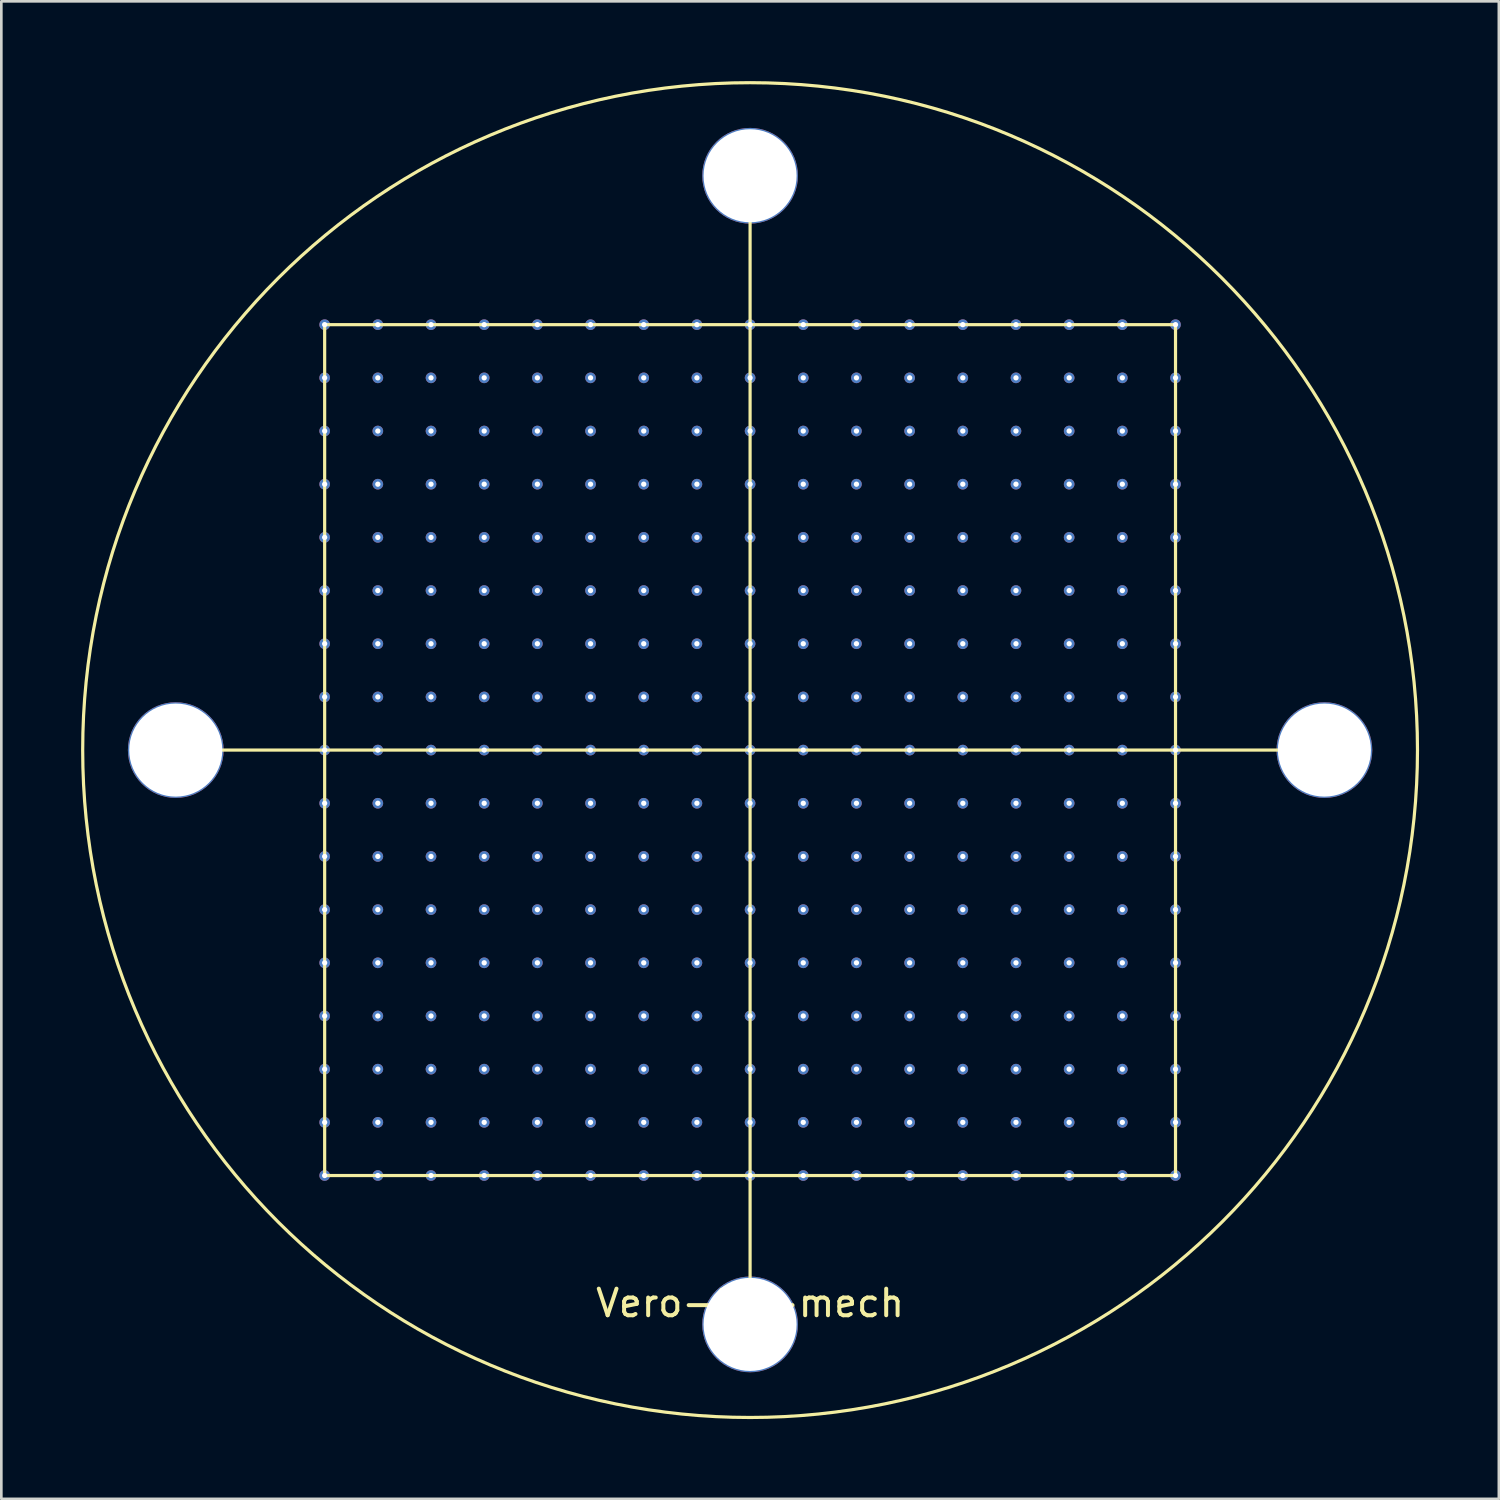
<source format=kicad_pcb>
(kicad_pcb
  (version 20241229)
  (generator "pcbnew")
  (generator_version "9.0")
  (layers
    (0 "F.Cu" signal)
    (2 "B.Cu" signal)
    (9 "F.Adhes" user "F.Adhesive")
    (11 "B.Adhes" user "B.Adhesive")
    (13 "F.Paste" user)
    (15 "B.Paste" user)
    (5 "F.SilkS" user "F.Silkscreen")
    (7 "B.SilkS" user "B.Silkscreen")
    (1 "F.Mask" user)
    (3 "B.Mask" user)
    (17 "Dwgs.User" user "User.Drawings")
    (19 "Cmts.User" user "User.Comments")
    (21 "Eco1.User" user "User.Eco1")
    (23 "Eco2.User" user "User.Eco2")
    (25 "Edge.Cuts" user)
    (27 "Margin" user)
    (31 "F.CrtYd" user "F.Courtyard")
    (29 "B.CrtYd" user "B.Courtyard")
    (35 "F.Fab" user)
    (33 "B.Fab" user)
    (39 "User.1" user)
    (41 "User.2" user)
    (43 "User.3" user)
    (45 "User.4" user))
  (footprint "Vero-29-mech"
    (layer "F.Cu")
    (at 25.16 25.16)
    (property "Reference" "Vero-29-mech" (at 0 20.8 0) (layer "F.SilkS") (effects (font (size 1 1) (thickness 0.15))))
    (attr through_hole)
    (fp_line (start -21.5 0) (end 21.5 0) (stroke (width 0.12) (type solid)) (layer "F.SilkS"))
    (fp_line (start -16 -16) (end -16 16) (stroke (width 0.12) (type solid)) (layer "F.SilkS"))
    (fp_line (start -16 -16) (end 16 -16) (stroke (width 0.12) (type solid)) (layer "F.SilkS"))
    (fp_line (start -16 16) (end 16 16) (stroke (width 0.12) (type solid)) (layer "F.SilkS"))
    (fp_line (start 0 21.5) (end 0 -21.5) (stroke (width 0.12) (type solid)) (layer "F.SilkS"))
    (fp_line (start 16 16) (end 16 -16) (stroke (width 0.12) (type solid)) (layer "F.SilkS"))
    (fp_circle (center 0 0) (end 25.1 0) (stroke (width 0.12) (type solid)) (fill no) (layer "F.SilkS"))
    (pad "0" thru_hole circle (at -21.6 0) (size 3.6 3.6) (drill 3.5) (layers "*.Cu" "*.Mask"))
    (pad "0" thru_hole circle (at -16 -16) (size 0.4 0.4) (drill 0.2) (layers "*.Cu" "*.Mask"))
    (pad "0" thru_hole circle (at -16 -14) (size 0.4 0.4) (drill 0.2) (layers "*.Cu" "*.Mask"))
    (pad "0" thru_hole circle (at -16 -12) (size 0.4 0.4) (drill 0.2) (layers "*.Cu" "*.Mask"))
    (pad "0" thru_hole circle (at -16 -10) (size 0.4 0.4) (drill 0.2) (layers "*.Cu" "*.Mask"))
    (pad "0" thru_hole circle (at -16 -8) (size 0.4 0.4) (drill 0.2) (layers "*.Cu" "*.Mask"))
    (pad "0" thru_hole circle (at -16 -6) (size 0.4 0.4) (drill 0.2) (layers "*.Cu" "*.Mask"))
    (pad "0" thru_hole circle (at -16 -4) (size 0.4 0.4) (drill 0.2) (layers "*.Cu" "*.Mask"))
    (pad "0" thru_hole circle (at -16 -2) (size 0.4 0.4) (drill 0.2) (layers "*.Cu" "*.Mask"))
    (pad "0" thru_hole circle (at -16 0) (size 0.4 0.4) (drill 0.2) (layers "*.Cu" "*.Mask"))
    (pad "0" thru_hole circle (at -16 2) (size 0.4 0.4) (drill 0.2) (layers "*.Cu" "*.Mask"))
    (pad "0" thru_hole circle (at -16 4) (size 0.4 0.4) (drill 0.2) (layers "*.Cu" "*.Mask"))
    (pad "0" thru_hole circle (at -16 6) (size 0.4 0.4) (drill 0.2) (layers "*.Cu" "*.Mask"))
    (pad "0" thru_hole circle (at -16 8) (size 0.4 0.4) (drill 0.2) (layers "*.Cu" "*.Mask"))
    (pad "0" thru_hole circle (at -16 10) (size 0.4 0.4) (drill 0.2) (layers "*.Cu" "*.Mask"))
    (pad "0" thru_hole circle (at -16 12) (size 0.4 0.4) (drill 0.2) (layers "*.Cu" "*.Mask"))
    (pad "0" thru_hole circle (at -16 14) (size 0.4 0.4) (drill 0.2) (layers "*.Cu" "*.Mask"))
    (pad "0" thru_hole circle (at -16 16) (size 0.4 0.4) (drill 0.2) (layers "*.Cu" "*.Mask"))
    (pad "0" thru_hole circle (at -14 -16) (size 0.4 0.4) (drill 0.2) (layers "*.Cu" "*.Mask"))
    (pad "0" thru_hole circle (at -14 -14) (size 0.4 0.4) (drill 0.2) (layers "*.Cu" "*.Mask"))
    (pad "0" thru_hole circle (at -14 -12) (size 0.4 0.4) (drill 0.2) (layers "*.Cu" "*.Mask"))
    (pad "0" thru_hole circle (at -14 -10) (size 0.4 0.4) (drill 0.2) (layers "*.Cu" "*.Mask"))
    (pad "0" thru_hole circle (at -14 -8) (size 0.4 0.4) (drill 0.2) (layers "*.Cu" "*.Mask"))
    (pad "0" thru_hole circle (at -14 -6) (size 0.4 0.4) (drill 0.2) (layers "*.Cu" "*.Mask"))
    (pad "0" thru_hole circle (at -14 -4) (size 0.4 0.4) (drill 0.2) (layers "*.Cu" "*.Mask"))
    (pad "0" thru_hole circle (at -14 -2) (size 0.4 0.4) (drill 0.2) (layers "*.Cu" "*.Mask"))
    (pad "0" thru_hole circle (at -14 0) (size 0.4 0.4) (drill 0.2) (layers "*.Cu" "*.Mask"))
    (pad "0" thru_hole circle (at -14 2) (size 0.4 0.4) (drill 0.2) (layers "*.Cu" "*.Mask"))
    (pad "0" thru_hole circle (at -14 4) (size 0.4 0.4) (drill 0.2) (layers "*.Cu" "*.Mask"))
    (pad "0" thru_hole circle (at -14 6) (size 0.4 0.4) (drill 0.2) (layers "*.Cu" "*.Mask"))
    (pad "0" thru_hole circle (at -14 8) (size 0.4 0.4) (drill 0.2) (layers "*.Cu" "*.Mask"))
    (pad "0" thru_hole circle (at -14 10) (size 0.4 0.4) (drill 0.2) (layers "*.Cu" "*.Mask"))
    (pad "0" thru_hole circle (at -14 12) (size 0.4 0.4) (drill 0.2) (layers "*.Cu" "*.Mask"))
    (pad "0" thru_hole circle (at -14 14) (size 0.4 0.4) (drill 0.2) (layers "*.Cu" "*.Mask"))
    (pad "0" thru_hole circle (at -14 16) (size 0.4 0.4) (drill 0.2) (layers "*.Cu" "*.Mask"))
    (pad "0" thru_hole circle (at -12 -16) (size 0.4 0.4) (drill 0.2) (layers "*.Cu" "*.Mask"))
    (pad "0" thru_hole circle (at -12 -14) (size 0.4 0.4) (drill 0.2) (layers "*.Cu" "*.Mask"))
    (pad "0" thru_hole circle (at -12 -12) (size 0.4 0.4) (drill 0.2) (layers "*.Cu" "*.Mask"))
    (pad "0" thru_hole circle (at -12 -10) (size 0.4 0.4) (drill 0.2) (layers "*.Cu" "*.Mask"))
    (pad "0" thru_hole circle (at -12 -8) (size 0.4 0.4) (drill 0.2) (layers "*.Cu" "*.Mask"))
    (pad "0" thru_hole circle (at -12 -6) (size 0.4 0.4) (drill 0.2) (layers "*.Cu" "*.Mask"))
    (pad "0" thru_hole circle (at -12 -4) (size 0.4 0.4) (drill 0.2) (layers "*.Cu" "*.Mask"))
    (pad "0" thru_hole circle (at -12 -2) (size 0.4 0.4) (drill 0.2) (layers "*.Cu" "*.Mask"))
    (pad "0" thru_hole circle (at -12 0) (size 0.4 0.4) (drill 0.2) (layers "*.Cu" "*.Mask"))
    (pad "0" thru_hole circle (at -12 2) (size 0.4 0.4) (drill 0.2) (layers "*.Cu" "*.Mask"))
    (pad "0" thru_hole circle (at -12 4) (size 0.4 0.4) (drill 0.2) (layers "*.Cu" "*.Mask"))
    (pad "0" thru_hole circle (at -12 6) (size 0.4 0.4) (drill 0.2) (layers "*.Cu" "*.Mask"))
    (pad "0" thru_hole circle (at -12 8) (size 0.4 0.4) (drill 0.2) (layers "*.Cu" "*.Mask"))
    (pad "0" thru_hole circle (at -12 10) (size 0.4 0.4) (drill 0.2) (layers "*.Cu" "*.Mask"))
    (pad "0" thru_hole circle (at -12 12) (size 0.4 0.4) (drill 0.2) (layers "*.Cu" "*.Mask"))
    (pad "0" thru_hole circle (at -12 14) (size 0.4 0.4) (drill 0.2) (layers "*.Cu" "*.Mask"))
    (pad "0" thru_hole circle (at -12 16) (size 0.4 0.4) (drill 0.2) (layers "*.Cu" "*.Mask"))
    (pad "0" thru_hole circle (at -10 -16) (size 0.4 0.4) (drill 0.2) (layers "*.Cu" "*.Mask"))
    (pad "0" thru_hole circle (at -10 -14) (size 0.4 0.4) (drill 0.2) (layers "*.Cu" "*.Mask"))
    (pad "0" thru_hole circle (at -10 -12) (size 0.4 0.4) (drill 0.2) (layers "*.Cu" "*.Mask"))
    (pad "0" thru_hole circle (at -10 -10) (size 0.4 0.4) (drill 0.2) (layers "*.Cu" "*.Mask"))
    (pad "0" thru_hole circle (at -10 -8) (size 0.4 0.4) (drill 0.2) (layers "*.Cu" "*.Mask"))
    (pad "0" thru_hole circle (at -10 -6) (size 0.4 0.4) (drill 0.2) (layers "*.Cu" "*.Mask"))
    (pad "0" thru_hole circle (at -10 -4) (size 0.4 0.4) (drill 0.2) (layers "*.Cu" "*.Mask"))
    (pad "0" thru_hole circle (at -10 -2) (size 0.4 0.4) (drill 0.2) (layers "*.Cu" "*.Mask"))
    (pad "0" thru_hole circle (at -10 0) (size 0.4 0.4) (drill 0.2) (layers "*.Cu" "*.Mask"))
    (pad "0" thru_hole circle (at -10 2) (size 0.4 0.4) (drill 0.2) (layers "*.Cu" "*.Mask"))
    (pad "0" thru_hole circle (at -10 4) (size 0.4 0.4) (drill 0.2) (layers "*.Cu" "*.Mask"))
    (pad "0" thru_hole circle (at -10 6) (size 0.4 0.4) (drill 0.2) (layers "*.Cu" "*.Mask"))
    (pad "0" thru_hole circle (at -10 8) (size 0.4 0.4) (drill 0.2) (layers "*.Cu" "*.Mask"))
    (pad "0" thru_hole circle (at -10 10) (size 0.4 0.4) (drill 0.2) (layers "*.Cu" "*.Mask"))
    (pad "0" thru_hole circle (at -10 12) (size 0.4 0.4) (drill 0.2) (layers "*.Cu" "*.Mask"))
    (pad "0" thru_hole circle (at -10 14) (size 0.4 0.4) (drill 0.2) (layers "*.Cu" "*.Mask"))
    (pad "0" thru_hole circle (at -10 16) (size 0.4 0.4) (drill 0.2) (layers "*.Cu" "*.Mask"))
    (pad "0" thru_hole circle (at -8 -16) (size 0.4 0.4) (drill 0.2) (layers "*.Cu" "*.Mask"))
    (pad "0" thru_hole circle (at -8 -14) (size 0.4 0.4) (drill 0.2) (layers "*.Cu" "*.Mask"))
    (pad "0" thru_hole circle (at -8 -12) (size 0.4 0.4) (drill 0.2) (layers "*.Cu" "*.Mask"))
    (pad "0" thru_hole circle (at -8 -10) (size 0.4 0.4) (drill 0.2) (layers "*.Cu" "*.Mask"))
    (pad "0" thru_hole circle (at -8 -8) (size 0.4 0.4) (drill 0.2) (layers "*.Cu" "*.Mask"))
    (pad "0" thru_hole circle (at -8 -6) (size 0.4 0.4) (drill 0.2) (layers "*.Cu" "*.Mask"))
    (pad "0" thru_hole circle (at -8 -4) (size 0.4 0.4) (drill 0.2) (layers "*.Cu" "*.Mask"))
    (pad "0" thru_hole circle (at -8 -2) (size 0.4 0.4) (drill 0.2) (layers "*.Cu" "*.Mask"))
    (pad "0" thru_hole circle (at -8 0) (size 0.4 0.4) (drill 0.2) (layers "*.Cu" "*.Mask"))
    (pad "0" thru_hole circle (at -8 2) (size 0.4 0.4) (drill 0.2) (layers "*.Cu" "*.Mask"))
    (pad "0" thru_hole circle (at -8 4) (size 0.4 0.4) (drill 0.2) (layers "*.Cu" "*.Mask"))
    (pad "0" thru_hole circle (at -8 6) (size 0.4 0.4) (drill 0.2) (layers "*.Cu" "*.Mask"))
    (pad "0" thru_hole circle (at -8 8) (size 0.4 0.4) (drill 0.2) (layers "*.Cu" "*.Mask"))
    (pad "0" thru_hole circle (at -8 10) (size 0.4 0.4) (drill 0.2) (layers "*.Cu" "*.Mask"))
    (pad "0" thru_hole circle (at -8 12) (size 0.4 0.4) (drill 0.2) (layers "*.Cu" "*.Mask"))
    (pad "0" thru_hole circle (at -8 14) (size 0.4 0.4) (drill 0.2) (layers "*.Cu" "*.Mask"))
    (pad "0" thru_hole circle (at -8 16) (size 0.4 0.4) (drill 0.2) (layers "*.Cu" "*.Mask"))
    (pad "0" thru_hole circle (at -6 -16) (size 0.4 0.4) (drill 0.2) (layers "*.Cu" "*.Mask"))
    (pad "0" thru_hole circle (at -6 -14) (size 0.4 0.4) (drill 0.2) (layers "*.Cu" "*.Mask"))
    (pad "0" thru_hole circle (at -6 -12) (size 0.4 0.4) (drill 0.2) (layers "*.Cu" "*.Mask"))
    (pad "0" thru_hole circle (at -6 -10) (size 0.4 0.4) (drill 0.2) (layers "*.Cu" "*.Mask"))
    (pad "0" thru_hole circle (at -6 -8) (size 0.4 0.4) (drill 0.2) (layers "*.Cu" "*.Mask"))
    (pad "0" thru_hole circle (at -6 -6) (size 0.4 0.4) (drill 0.2) (layers "*.Cu" "*.Mask"))
    (pad "0" thru_hole circle (at -6 -4) (size 0.4 0.4) (drill 0.2) (layers "*.Cu" "*.Mask"))
    (pad "0" thru_hole circle (at -6 -2) (size 0.4 0.4) (drill 0.2) (layers "*.Cu" "*.Mask"))
    (pad "0" thru_hole circle (at -6 0) (size 0.4 0.4) (drill 0.2) (layers "*.Cu" "*.Mask"))
    (pad "0" thru_hole circle (at -6 2) (size 0.4 0.4) (drill 0.2) (layers "*.Cu" "*.Mask"))
    (pad "0" thru_hole circle (at -6 4) (size 0.4 0.4) (drill 0.2) (layers "*.Cu" "*.Mask"))
    (pad "0" thru_hole circle (at -6 6) (size 0.4 0.4) (drill 0.2) (layers "*.Cu" "*.Mask"))
    (pad "0" thru_hole circle (at -6 8) (size 0.4 0.4) (drill 0.2) (layers "*.Cu" "*.Mask"))
    (pad "0" thru_hole circle (at -6 10) (size 0.4 0.4) (drill 0.2) (layers "*.Cu" "*.Mask"))
    (pad "0" thru_hole circle (at -6 12) (size 0.4 0.4) (drill 0.2) (layers "*.Cu" "*.Mask"))
    (pad "0" thru_hole circle (at -6 14) (size 0.4 0.4) (drill 0.2) (layers "*.Cu" "*.Mask"))
    (pad "0" thru_hole circle (at -6 16) (size 0.4 0.4) (drill 0.2) (layers "*.Cu" "*.Mask"))
    (pad "0" thru_hole circle (at -4 -16) (size 0.4 0.4) (drill 0.2) (layers "*.Cu" "*.Mask"))
    (pad "0" thru_hole circle (at -4 -14) (size 0.4 0.4) (drill 0.2) (layers "*.Cu" "*.Mask"))
    (pad "0" thru_hole circle (at -4 -12) (size 0.4 0.4) (drill 0.2) (layers "*.Cu" "*.Mask"))
    (pad "0" thru_hole circle (at -4 -10) (size 0.4 0.4) (drill 0.2) (layers "*.Cu" "*.Mask"))
    (pad "0" thru_hole circle (at -4 -8) (size 0.4 0.4) (drill 0.2) (layers "*.Cu" "*.Mask"))
    (pad "0" thru_hole circle (at -4 -6) (size 0.4 0.4) (drill 0.2) (layers "*.Cu" "*.Mask"))
    (pad "0" thru_hole circle (at -4 -4) (size 0.4 0.4) (drill 0.2) (layers "*.Cu" "*.Mask"))
    (pad "0" thru_hole circle (at -4 -2) (size 0.4 0.4) (drill 0.2) (layers "*.Cu" "*.Mask"))
    (pad "0" thru_hole circle (at -4 0) (size 0.4 0.4) (drill 0.2) (layers "*.Cu" "*.Mask"))
    (pad "0" thru_hole circle (at -4 2) (size 0.4 0.4) (drill 0.2) (layers "*.Cu" "*.Mask"))
    (pad "0" thru_hole circle (at -4 4) (size 0.4 0.4) (drill 0.2) (layers "*.Cu" "*.Mask"))
    (pad "0" thru_hole circle (at -4 6) (size 0.4 0.4) (drill 0.2) (layers "*.Cu" "*.Mask"))
    (pad "0" thru_hole circle (at -4 8) (size 0.4 0.4) (drill 0.2) (layers "*.Cu" "*.Mask"))
    (pad "0" thru_hole circle (at -4 10) (size 0.4 0.4) (drill 0.2) (layers "*.Cu" "*.Mask"))
    (pad "0" thru_hole circle (at -4 12) (size 0.4 0.4) (drill 0.2) (layers "*.Cu" "*.Mask"))
    (pad "0" thru_hole circle (at -4 14) (size 0.4 0.4) (drill 0.2) (layers "*.Cu" "*.Mask"))
    (pad "0" thru_hole circle (at -4 16) (size 0.4 0.4) (drill 0.2) (layers "*.Cu" "*.Mask"))
    (pad "0" thru_hole circle (at -2 -16) (size 0.4 0.4) (drill 0.2) (layers "*.Cu" "*.Mask"))
    (pad "0" thru_hole circle (at -2 -14) (size 0.4 0.4) (drill 0.2) (layers "*.Cu" "*.Mask"))
    (pad "0" thru_hole circle (at -2 -12) (size 0.4 0.4) (drill 0.2) (layers "*.Cu" "*.Mask"))
    (pad "0" thru_hole circle (at -2 -10) (size 0.4 0.4) (drill 0.2) (layers "*.Cu" "*.Mask"))
    (pad "0" thru_hole circle (at -2 -8) (size 0.4 0.4) (drill 0.2) (layers "*.Cu" "*.Mask"))
    (pad "0" thru_hole circle (at -2 -6) (size 0.4 0.4) (drill 0.2) (layers "*.Cu" "*.Mask"))
    (pad "0" thru_hole circle (at -2 -4) (size 0.4 0.4) (drill 0.2) (layers "*.Cu" "*.Mask"))
    (pad "0" thru_hole circle (at -2 -2) (size 0.4 0.4) (drill 0.2) (layers "*.Cu" "*.Mask"))
    (pad "0" thru_hole circle (at -2 0) (size 0.4 0.4) (drill 0.2) (layers "*.Cu" "*.Mask"))
    (pad "0" thru_hole circle (at -2 2) (size 0.4 0.4) (drill 0.2) (layers "*.Cu" "*.Mask"))
    (pad "0" thru_hole circle (at -2 4) (size 0.4 0.4) (drill 0.2) (layers "*.Cu" "*.Mask"))
    (pad "0" thru_hole circle (at -2 6) (size 0.4 0.4) (drill 0.2) (layers "*.Cu" "*.Mask"))
    (pad "0" thru_hole circle (at -2 8) (size 0.4 0.4) (drill 0.2) (layers "*.Cu" "*.Mask"))
    (pad "0" thru_hole circle (at -2 10) (size 0.4 0.4) (drill 0.2) (layers "*.Cu" "*.Mask"))
    (pad "0" thru_hole circle (at -2 12) (size 0.4 0.4) (drill 0.2) (layers "*.Cu" "*.Mask"))
    (pad "0" thru_hole circle (at -2 14) (size 0.4 0.4) (drill 0.2) (layers "*.Cu" "*.Mask"))
    (pad "0" thru_hole circle (at -2 16) (size 0.4 0.4) (drill 0.2) (layers "*.Cu" "*.Mask"))
    (pad "0" thru_hole circle (at 0 -21.6) (size 3.6 3.6) (drill 3.5) (layers "*.Cu" "*.Mask"))
    (pad "0" thru_hole circle (at 0 -16) (size 0.4 0.4) (drill 0.2) (layers "*.Cu" "*.Mask"))
    (pad "0" thru_hole circle (at 0 -14) (size 0.4 0.4) (drill 0.2) (layers "*.Cu" "*.Mask"))
    (pad "0" thru_hole circle (at 0 -12) (size 0.4 0.4) (drill 0.2) (layers "*.Cu" "*.Mask"))
    (pad "0" thru_hole circle (at 0 -10) (size 0.4 0.4) (drill 0.2) (layers "*.Cu" "*.Mask"))
    (pad "0" thru_hole circle (at 0 -8) (size 0.4 0.4) (drill 0.2) (layers "*.Cu" "*.Mask"))
    (pad "0" thru_hole circle (at 0 -6) (size 0.4 0.4) (drill 0.2) (layers "*.Cu" "*.Mask"))
    (pad "0" thru_hole circle (at 0 -4) (size 0.4 0.4) (drill 0.2) (layers "*.Cu" "*.Mask"))
    (pad "0" thru_hole circle (at 0 -2) (size 0.4 0.4) (drill 0.2) (layers "*.Cu" "*.Mask"))
    (pad "0" thru_hole circle (at 0 0) (size 0.4 0.4) (drill 0.2) (layers "*.Cu" "*.Mask"))
    (pad "0" thru_hole circle (at 0 2) (size 0.4 0.4) (drill 0.2) (layers "*.Cu" "*.Mask"))
    (pad "0" thru_hole circle (at 0 4) (size 0.4 0.4) (drill 0.2) (layers "*.Cu" "*.Mask"))
    (pad "0" thru_hole circle (at 0 6) (size 0.4 0.4) (drill 0.2) (layers "*.Cu" "*.Mask"))
    (pad "0" thru_hole circle (at 0 8) (size 0.4 0.4) (drill 0.2) (layers "*.Cu" "*.Mask"))
    (pad "0" thru_hole circle (at 0 10) (size 0.4 0.4) (drill 0.2) (layers "*.Cu" "*.Mask"))
    (pad "0" thru_hole circle (at 0 12) (size 0.4 0.4) (drill 0.2) (layers "*.Cu" "*.Mask"))
    (pad "0" thru_hole circle (at 0 14) (size 0.4 0.4) (drill 0.2) (layers "*.Cu" "*.Mask"))
    (pad "0" thru_hole circle (at 0 16) (size 0.4 0.4) (drill 0.2) (layers "*.Cu" "*.Mask"))
    (pad "0" thru_hole circle (at 0 21.6) (size 3.6 3.6) (drill 3.5) (layers "*.Cu" "*.Mask"))
    (pad "0" thru_hole circle (at 2 -16) (size 0.4 0.4) (drill 0.2) (layers "*.Cu" "*.Mask"))
    (pad "0" thru_hole circle (at 2 -14) (size 0.4 0.4) (drill 0.2) (layers "*.Cu" "*.Mask"))
    (pad "0" thru_hole circle (at 2 -12) (size 0.4 0.4) (drill 0.2) (layers "*.Cu" "*.Mask"))
    (pad "0" thru_hole circle (at 2 -10) (size 0.4 0.4) (drill 0.2) (layers "*.Cu" "*.Mask"))
    (pad "0" thru_hole circle (at 2 -8) (size 0.4 0.4) (drill 0.2) (layers "*.Cu" "*.Mask"))
    (pad "0" thru_hole circle (at 2 -6) (size 0.4 0.4) (drill 0.2) (layers "*.Cu" "*.Mask"))
    (pad "0" thru_hole circle (at 2 -4) (size 0.4 0.4) (drill 0.2) (layers "*.Cu" "*.Mask"))
    (pad "0" thru_hole circle (at 2 -2) (size 0.4 0.4) (drill 0.2) (layers "*.Cu" "*.Mask"))
    (pad "0" thru_hole circle (at 2 0) (size 0.4 0.4) (drill 0.2) (layers "*.Cu" "*.Mask"))
    (pad "0" thru_hole circle (at 2 2) (size 0.4 0.4) (drill 0.2) (layers "*.Cu" "*.Mask"))
    (pad "0" thru_hole circle (at 2 4) (size 0.4 0.4) (drill 0.2) (layers "*.Cu" "*.Mask"))
    (pad "0" thru_hole circle (at 2 6) (size 0.4 0.4) (drill 0.2) (layers "*.Cu" "*.Mask"))
    (pad "0" thru_hole circle (at 2 8) (size 0.4 0.4) (drill 0.2) (layers "*.Cu" "*.Mask"))
    (pad "0" thru_hole circle (at 2 10) (size 0.4 0.4) (drill 0.2) (layers "*.Cu" "*.Mask"))
    (pad "0" thru_hole circle (at 2 12) (size 0.4 0.4) (drill 0.2) (layers "*.Cu" "*.Mask"))
    (pad "0" thru_hole circle (at 2 14) (size 0.4 0.4) (drill 0.2) (layers "*.Cu" "*.Mask"))
    (pad "0" thru_hole circle (at 2 16) (size 0.4 0.4) (drill 0.2) (layers "*.Cu" "*.Mask"))
    (pad "0" thru_hole circle (at 4 -16) (size 0.4 0.4) (drill 0.2) (layers "*.Cu" "*.Mask"))
    (pad "0" thru_hole circle (at 4 -14) (size 0.4 0.4) (drill 0.2) (layers "*.Cu" "*.Mask"))
    (pad "0" thru_hole circle (at 4 -12) (size 0.4 0.4) (drill 0.2) (layers "*.Cu" "*.Mask"))
    (pad "0" thru_hole circle (at 4 -10) (size 0.4 0.4) (drill 0.2) (layers "*.Cu" "*.Mask"))
    (pad "0" thru_hole circle (at 4 -8) (size 0.4 0.4) (drill 0.2) (layers "*.Cu" "*.Mask"))
    (pad "0" thru_hole circle (at 4 -6) (size 0.4 0.4) (drill 0.2) (layers "*.Cu" "*.Mask"))
    (pad "0" thru_hole circle (at 4 -4) (size 0.4 0.4) (drill 0.2) (layers "*.Cu" "*.Mask"))
    (pad "0" thru_hole circle (at 4 -2) (size 0.4 0.4) (drill 0.2) (layers "*.Cu" "*.Mask"))
    (pad "0" thru_hole circle (at 4 0) (size 0.4 0.4) (drill 0.2) (layers "*.Cu" "*.Mask"))
    (pad "0" thru_hole circle (at 4 2) (size 0.4 0.4) (drill 0.2) (layers "*.Cu" "*.Mask"))
    (pad "0" thru_hole circle (at 4 4) (size 0.4 0.4) (drill 0.2) (layers "*.Cu" "*.Mask"))
    (pad "0" thru_hole circle (at 4 6) (size 0.4 0.4) (drill 0.2) (layers "*.Cu" "*.Mask"))
    (pad "0" thru_hole circle (at 4 8) (size 0.4 0.4) (drill 0.2) (layers "*.Cu" "*.Mask"))
    (pad "0" thru_hole circle (at 4 10) (size 0.4 0.4) (drill 0.2) (layers "*.Cu" "*.Mask"))
    (pad "0" thru_hole circle (at 4 12) (size 0.4 0.4) (drill 0.2) (layers "*.Cu" "*.Mask"))
    (pad "0" thru_hole circle (at 4 14) (size 0.4 0.4) (drill 0.2) (layers "*.Cu" "*.Mask"))
    (pad "0" thru_hole circle (at 4 16) (size 0.4 0.4) (drill 0.2) (layers "*.Cu" "*.Mask"))
    (pad "0" thru_hole circle (at 6 -16) (size 0.4 0.4) (drill 0.2) (layers "*.Cu" "*.Mask"))
    (pad "0" thru_hole circle (at 6 -14) (size 0.4 0.4) (drill 0.2) (layers "*.Cu" "*.Mask"))
    (pad "0" thru_hole circle (at 6 -12) (size 0.4 0.4) (drill 0.2) (layers "*.Cu" "*.Mask"))
    (pad "0" thru_hole circle (at 6 -10) (size 0.4 0.4) (drill 0.2) (layers "*.Cu" "*.Mask"))
    (pad "0" thru_hole circle (at 6 -8) (size 0.4 0.4) (drill 0.2) (layers "*.Cu" "*.Mask"))
    (pad "0" thru_hole circle (at 6 -6) (size 0.4 0.4) (drill 0.2) (layers "*.Cu" "*.Mask"))
    (pad "0" thru_hole circle (at 6 -4) (size 0.4 0.4) (drill 0.2) (layers "*.Cu" "*.Mask"))
    (pad "0" thru_hole circle (at 6 -2) (size 0.4 0.4) (drill 0.2) (layers "*.Cu" "*.Mask"))
    (pad "0" thru_hole circle (at 6 0) (size 0.4 0.4) (drill 0.2) (layers "*.Cu" "*.Mask"))
    (pad "0" thru_hole circle (at 6 2) (size 0.4 0.4) (drill 0.2) (layers "*.Cu" "*.Mask"))
    (pad "0" thru_hole circle (at 6 4) (size 0.4 0.4) (drill 0.2) (layers "*.Cu" "*.Mask"))
    (pad "0" thru_hole circle (at 6 6) (size 0.4 0.4) (drill 0.2) (layers "*.Cu" "*.Mask"))
    (pad "0" thru_hole circle (at 6 8) (size 0.4 0.4) (drill 0.2) (layers "*.Cu" "*.Mask"))
    (pad "0" thru_hole circle (at 6 10) (size 0.4 0.4) (drill 0.2) (layers "*.Cu" "*.Mask"))
    (pad "0" thru_hole circle (at 6 12) (size 0.4 0.4) (drill 0.2) (layers "*.Cu" "*.Mask"))
    (pad "0" thru_hole circle (at 6 14) (size 0.4 0.4) (drill 0.2) (layers "*.Cu" "*.Mask"))
    (pad "0" thru_hole circle (at 6 16) (size 0.4 0.4) (drill 0.2) (layers "*.Cu" "*.Mask"))
    (pad "0" thru_hole circle (at 8 -16) (size 0.4 0.4) (drill 0.2) (layers "*.Cu" "*.Mask"))
    (pad "0" thru_hole circle (at 8 -14) (size 0.4 0.4) (drill 0.2) (layers "*.Cu" "*.Mask"))
    (pad "0" thru_hole circle (at 8 -12) (size 0.4 0.4) (drill 0.2) (layers "*.Cu" "*.Mask"))
    (pad "0" thru_hole circle (at 8 -10) (size 0.4 0.4) (drill 0.2) (layers "*.Cu" "*.Mask"))
    (pad "0" thru_hole circle (at 8 -8) (size 0.4 0.4) (drill 0.2) (layers "*.Cu" "*.Mask"))
    (pad "0" thru_hole circle (at 8 -6) (size 0.4 0.4) (drill 0.2) (layers "*.Cu" "*.Mask"))
    (pad "0" thru_hole circle (at 8 -4) (size 0.4 0.4) (drill 0.2) (layers "*.Cu" "*.Mask"))
    (pad "0" thru_hole circle (at 8 -2) (size 0.4 0.4) (drill 0.2) (layers "*.Cu" "*.Mask"))
    (pad "0" thru_hole circle (at 8 0) (size 0.4 0.4) (drill 0.2) (layers "*.Cu" "*.Mask"))
    (pad "0" thru_hole circle (at 8 2) (size 0.4 0.4) (drill 0.2) (layers "*.Cu" "*.Mask"))
    (pad "0" thru_hole circle (at 8 4) (size 0.4 0.4) (drill 0.2) (layers "*.Cu" "*.Mask"))
    (pad "0" thru_hole circle (at 8 6) (size 0.4 0.4) (drill 0.2) (layers "*.Cu" "*.Mask"))
    (pad "0" thru_hole circle (at 8 8) (size 0.4 0.4) (drill 0.2) (layers "*.Cu" "*.Mask"))
    (pad "0" thru_hole circle (at 8 10) (size 0.4 0.4) (drill 0.2) (layers "*.Cu" "*.Mask"))
    (pad "0" thru_hole circle (at 8 12) (size 0.4 0.4) (drill 0.2) (layers "*.Cu" "*.Mask"))
    (pad "0" thru_hole circle (at 8 14) (size 0.4 0.4) (drill 0.2) (layers "*.Cu" "*.Mask"))
    (pad "0" thru_hole circle (at 8 16) (size 0.4 0.4) (drill 0.2) (layers "*.Cu" "*.Mask"))
    (pad "0" thru_hole circle (at 10 -16) (size 0.4 0.4) (drill 0.2) (layers "*.Cu" "*.Mask"))
    (pad "0" thru_hole circle (at 10 -14) (size 0.4 0.4) (drill 0.2) (layers "*.Cu" "*.Mask"))
    (pad "0" thru_hole circle (at 10 -12) (size 0.4 0.4) (drill 0.2) (layers "*.Cu" "*.Mask"))
    (pad "0" thru_hole circle (at 10 -10) (size 0.4 0.4) (drill 0.2) (layers "*.Cu" "*.Mask"))
    (pad "0" thru_hole circle (at 10 -8) (size 0.4 0.4) (drill 0.2) (layers "*.Cu" "*.Mask"))
    (pad "0" thru_hole circle (at 10 -6) (size 0.4 0.4) (drill 0.2) (layers "*.Cu" "*.Mask"))
    (pad "0" thru_hole circle (at 10 -4) (size 0.4 0.4) (drill 0.2) (layers "*.Cu" "*.Mask"))
    (pad "0" thru_hole circle (at 10 -2) (size 0.4 0.4) (drill 0.2) (layers "*.Cu" "*.Mask"))
    (pad "0" thru_hole circle (at 10 0) (size 0.4 0.4) (drill 0.2) (layers "*.Cu" "*.Mask"))
    (pad "0" thru_hole circle (at 10 2) (size 0.4 0.4) (drill 0.2) (layers "*.Cu" "*.Mask"))
    (pad "0" thru_hole circle (at 10 4) (size 0.4 0.4) (drill 0.2) (layers "*.Cu" "*.Mask"))
    (pad "0" thru_hole circle (at 10 6) (size 0.4 0.4) (drill 0.2) (layers "*.Cu" "*.Mask"))
    (pad "0" thru_hole circle (at 10 8) (size 0.4 0.4) (drill 0.2) (layers "*.Cu" "*.Mask"))
    (pad "0" thru_hole circle (at 10 10) (size 0.4 0.4) (drill 0.2) (layers "*.Cu" "*.Mask"))
    (pad "0" thru_hole circle (at 10 12) (size 0.4 0.4) (drill 0.2) (layers "*.Cu" "*.Mask"))
    (pad "0" thru_hole circle (at 10 14) (size 0.4 0.4) (drill 0.2) (layers "*.Cu" "*.Mask"))
    (pad "0" thru_hole circle (at 10 16) (size 0.4 0.4) (drill 0.2) (layers "*.Cu" "*.Mask"))
    (pad "0" thru_hole circle (at 12 -16) (size 0.4 0.4) (drill 0.2) (layers "*.Cu" "*.Mask"))
    (pad "0" thru_hole circle (at 12 -14) (size 0.4 0.4) (drill 0.2) (layers "*.Cu" "*.Mask"))
    (pad "0" thru_hole circle (at 12 -12) (size 0.4 0.4) (drill 0.2) (layers "*.Cu" "*.Mask"))
    (pad "0" thru_hole circle (at 12 -10) (size 0.4 0.4) (drill 0.2) (layers "*.Cu" "*.Mask"))
    (pad "0" thru_hole circle (at 12 -8) (size 0.4 0.4) (drill 0.2) (layers "*.Cu" "*.Mask"))
    (pad "0" thru_hole circle (at 12 -6) (size 0.4 0.4) (drill 0.2) (layers "*.Cu" "*.Mask"))
    (pad "0" thru_hole circle (at 12 -4) (size 0.4 0.4) (drill 0.2) (layers "*.Cu" "*.Mask"))
    (pad "0" thru_hole circle (at 12 -2) (size 0.4 0.4) (drill 0.2) (layers "*.Cu" "*.Mask"))
    (pad "0" thru_hole circle (at 12 0) (size 0.4 0.4) (drill 0.2) (layers "*.Cu" "*.Mask"))
    (pad "0" thru_hole circle (at 12 2) (size 0.4 0.4) (drill 0.2) (layers "*.Cu" "*.Mask"))
    (pad "0" thru_hole circle (at 12 4) (size 0.4 0.4) (drill 0.2) (layers "*.Cu" "*.Mask"))
    (pad "0" thru_hole circle (at 12 6) (size 0.4 0.4) (drill 0.2) (layers "*.Cu" "*.Mask"))
    (pad "0" thru_hole circle (at 12 8) (size 0.4 0.4) (drill 0.2) (layers "*.Cu" "*.Mask"))
    (pad "0" thru_hole circle (at 12 10) (size 0.4 0.4) (drill 0.2) (layers "*.Cu" "*.Mask"))
    (pad "0" thru_hole circle (at 12 12) (size 0.4 0.4) (drill 0.2) (layers "*.Cu" "*.Mask"))
    (pad "0" thru_hole circle (at 12 14) (size 0.4 0.4) (drill 0.2) (layers "*.Cu" "*.Mask"))
    (pad "0" thru_hole circle (at 12 16) (size 0.4 0.4) (drill 0.2) (layers "*.Cu" "*.Mask"))
    (pad "0" thru_hole circle (at 14 -16) (size 0.4 0.4) (drill 0.2) (layers "*.Cu" "*.Mask"))
    (pad "0" thru_hole circle (at 14 -14) (size 0.4 0.4) (drill 0.2) (layers "*.Cu" "*.Mask"))
    (pad "0" thru_hole circle (at 14 -12) (size 0.4 0.4) (drill 0.2) (layers "*.Cu" "*.Mask"))
    (pad "0" thru_hole circle (at 14 -10) (size 0.4 0.4) (drill 0.2) (layers "*.Cu" "*.Mask"))
    (pad "0" thru_hole circle (at 14 -8) (size 0.4 0.4) (drill 0.2) (layers "*.Cu" "*.Mask"))
    (pad "0" thru_hole circle (at 14 -6) (size 0.4 0.4) (drill 0.2) (layers "*.Cu" "*.Mask"))
    (pad "0" thru_hole circle (at 14 -4) (size 0.4 0.4) (drill 0.2) (layers "*.Cu" "*.Mask"))
    (pad "0" thru_hole circle (at 14 -2) (size 0.4 0.4) (drill 0.2) (layers "*.Cu" "*.Mask"))
    (pad "0" thru_hole circle (at 14 0) (size 0.4 0.4) (drill 0.2) (layers "*.Cu" "*.Mask"))
    (pad "0" thru_hole circle (at 14 2) (size 0.4 0.4) (drill 0.2) (layers "*.Cu" "*.Mask"))
    (pad "0" thru_hole circle (at 14 4) (size 0.4 0.4) (drill 0.2) (layers "*.Cu" "*.Mask"))
    (pad "0" thru_hole circle (at 14 6) (size 0.4 0.4) (drill 0.2) (layers "*.Cu" "*.Mask"))
    (pad "0" thru_hole circle (at 14 8) (size 0.4 0.4) (drill 0.2) (layers "*.Cu" "*.Mask"))
    (pad "0" thru_hole circle (at 14 10) (size 0.4 0.4) (drill 0.2) (layers "*.Cu" "*.Mask"))
    (pad "0" thru_hole circle (at 14 12) (size 0.4 0.4) (drill 0.2) (layers "*.Cu" "*.Mask"))
    (pad "0" thru_hole circle (at 14 14) (size 0.4 0.4) (drill 0.2) (layers "*.Cu" "*.Mask"))
    (pad "0" thru_hole circle (at 14 16) (size 0.4 0.4) (drill 0.2) (layers "*.Cu" "*.Mask"))
    (pad "0" thru_hole circle (at 16 -16) (size 0.4 0.4) (drill 0.2) (layers "*.Cu" "*.Mask"))
    (pad "0" thru_hole circle (at 16 -14) (size 0.4 0.4) (drill 0.2) (layers "*.Cu" "*.Mask"))
    (pad "0" thru_hole circle (at 16 -12) (size 0.4 0.4) (drill 0.2) (layers "*.Cu" "*.Mask"))
    (pad "0" thru_hole circle (at 16 -10) (size 0.4 0.4) (drill 0.2) (layers "*.Cu" "*.Mask"))
    (pad "0" thru_hole circle (at 16 -8) (size 0.4 0.4) (drill 0.2) (layers "*.Cu" "*.Mask"))
    (pad "0" thru_hole circle (at 16 -6) (size 0.4 0.4) (drill 0.2) (layers "*.Cu" "*.Mask"))
    (pad "0" thru_hole circle (at 16 -4) (size 0.4 0.4) (drill 0.2) (layers "*.Cu" "*.Mask"))
    (pad "0" thru_hole circle (at 16 -2) (size 0.4 0.4) (drill 0.2) (layers "*.Cu" "*.Mask"))
    (pad "0" thru_hole circle (at 16 0) (size 0.4 0.4) (drill 0.2) (layers "*.Cu" "*.Mask"))
    (pad "0" thru_hole circle (at 16 2) (size 0.4 0.4) (drill 0.2) (layers "*.Cu" "*.Mask"))
    (pad "0" thru_hole circle (at 16 4) (size 0.4 0.4) (drill 0.2) (layers "*.Cu" "*.Mask"))
    (pad "0" thru_hole circle (at 16 6) (size 0.4 0.4) (drill 0.2) (layers "*.Cu" "*.Mask"))
    (pad "0" thru_hole circle (at 16 8) (size 0.4 0.4) (drill 0.2) (layers "*.Cu" "*.Mask"))
    (pad "0" thru_hole circle (at 16 10) (size 0.4 0.4) (drill 0.2) (layers "*.Cu" "*.Mask"))
    (pad "0" thru_hole circle (at 16 12) (size 0.4 0.4) (drill 0.2) (layers "*.Cu" "*.Mask"))
    (pad "0" thru_hole circle (at 16 14) (size 0.4 0.4) (drill 0.2) (layers "*.Cu" "*.Mask"))
    (pad "0" thru_hole circle (at 16 16) (size 0.4 0.4) (drill 0.2) (layers "*.Cu" "*.Mask"))
    (pad "0" thru_hole circle (at 21.6 0) (size 3.6 3.6) (drill 3.5) (layers "*.Cu" "*.Mask")))
  (gr_rect
    (start -3 -3)
    (end 53.32 53.32)
    (stroke (width 0.1) (type default))
    (fill no)
    (layer "Edge.Cuts")))
</source>
